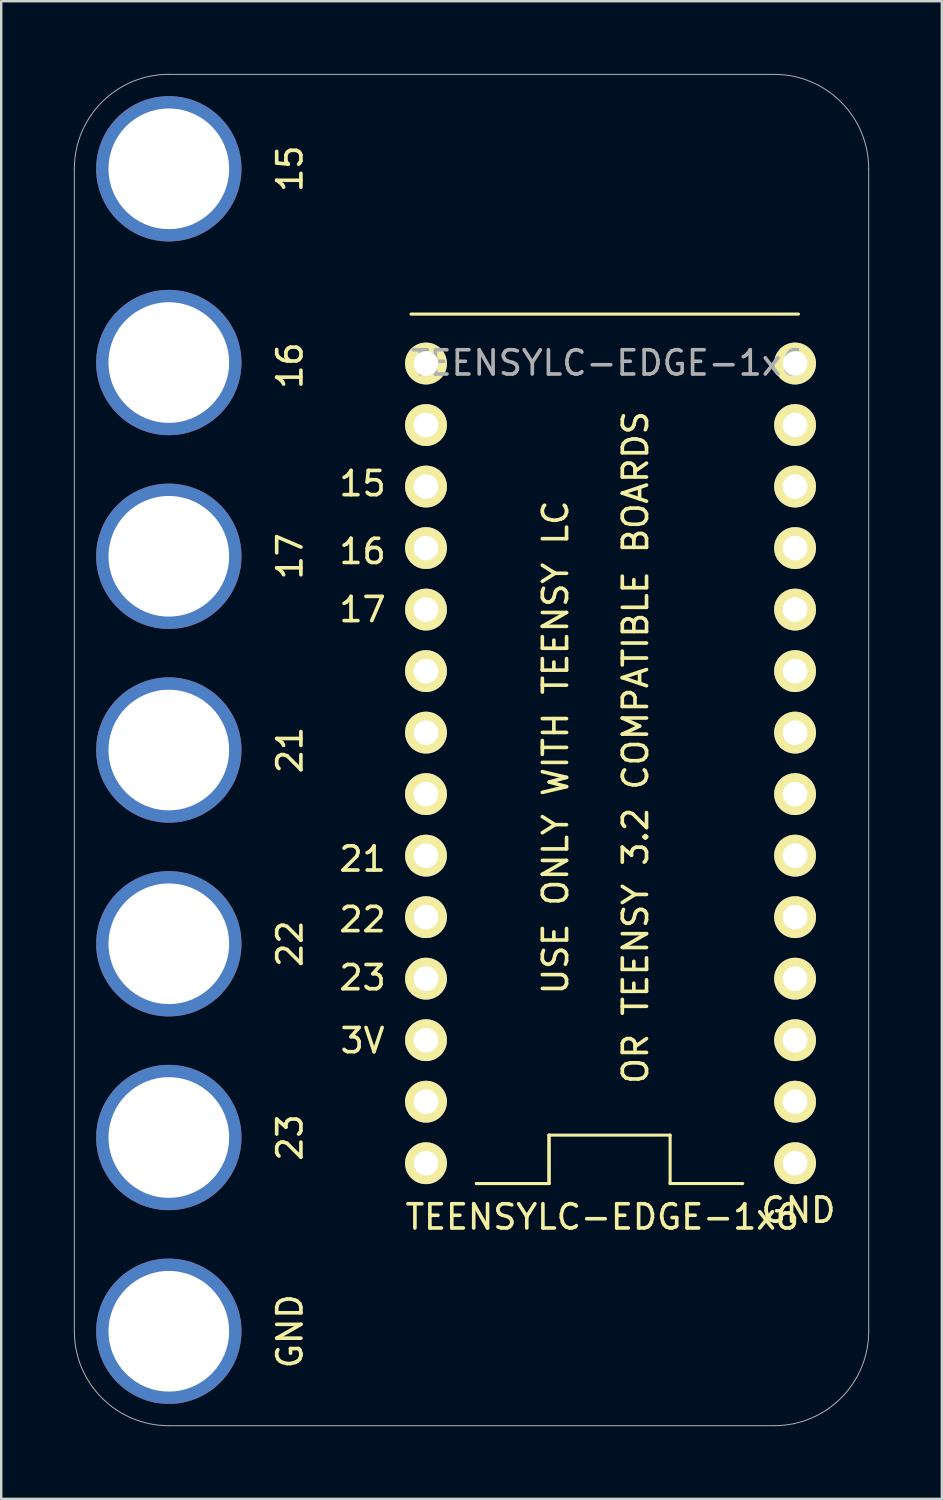
<source format=kicad_pcb>
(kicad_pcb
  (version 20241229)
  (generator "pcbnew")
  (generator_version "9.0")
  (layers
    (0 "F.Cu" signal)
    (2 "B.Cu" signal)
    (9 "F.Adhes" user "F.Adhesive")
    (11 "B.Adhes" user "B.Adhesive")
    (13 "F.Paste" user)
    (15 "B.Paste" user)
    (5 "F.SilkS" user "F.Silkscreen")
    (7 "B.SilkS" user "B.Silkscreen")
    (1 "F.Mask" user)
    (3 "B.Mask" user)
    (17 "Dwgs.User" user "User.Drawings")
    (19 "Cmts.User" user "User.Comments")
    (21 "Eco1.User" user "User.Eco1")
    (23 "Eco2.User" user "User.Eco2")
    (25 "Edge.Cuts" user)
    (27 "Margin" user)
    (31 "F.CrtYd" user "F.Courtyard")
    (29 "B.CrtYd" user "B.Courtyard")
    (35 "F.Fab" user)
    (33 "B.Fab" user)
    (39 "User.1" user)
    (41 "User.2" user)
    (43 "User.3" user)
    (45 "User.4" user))
  (footprint "TEENSYLC-EDGE-1x6"
    (layer "F.Cu")
    (at 3.92 3.92)
    (property "Reference" "TEENSYLC-EDGE-1x6" (at 17.9 43.28 0) (layer "F.SilkS") (effects (font (size 1 1) (thickness 0.15))))
    (attr through_hole)
    (fp_line (start 10 6) (end 26 6) (stroke (width 0.127) (type solid)) (layer "F.SilkS"))
    (fp_line (start 12.7 41.901) (end 15.7 41.901) (stroke (width 0.127) (type solid)) (layer "F.SilkS"))
    (fp_line (start 12.7 41.901) (end 15.7 41.901) (stroke (width 0.127) (type solid)) (layer "F.SilkS"))
    (fp_line (start 15.7 41.901) (end 15.7 39.901) (stroke (width 0.127) (type solid)) (layer "F.SilkS"))
    (fp_line (start 15.7 41.901) (end 15.7 39.901) (stroke (width 0.127) (type solid)) (layer "F.SilkS"))
    (fp_line (start 20.7 39.901) (end 15.7 39.901) (stroke (width 0.127) (type solid)) (layer "F.SilkS"))
    (fp_line (start 20.7 41.901) (end 20.7 39.901) (stroke (width 0.127) (type solid)) (layer "F.SilkS"))
    (fp_line (start 20.7 41.901) (end 23.7 41.901) (stroke (width 0.127) (type solid)) (layer "F.SilkS"))
    (fp_line (start -3.9 0) (end -3.9 48) (stroke (width 0.041) (type solid)) (layer "F.Fab"))
    (fp_line (start 0 51.9) (end 25 51.9) (stroke (width 0.041) (type solid)) (layer "F.Fab"))
    (fp_line (start 25 -3.9) (end 0 -3.9) (stroke (width 0.041) (type solid)) (layer "F.Fab"))
    (fp_line (start 28.9 48) (end 28.9 0) (stroke (width 0.041) (type solid)) (layer "F.Fab"))
    (fp_arc (start -3.9 0) (mid -2.757716 -2.757716) (end 0 -3.9) (stroke (width 0.04064) (type solid)) (layer "F.Fab"))
    (fp_arc (start 0 51.9) (mid -2.755309 50.760122) (end -3.899994 48.006807) (stroke (width 0.04064) (type solid)) (layer "F.Fab"))
    (fp_arc (start 25 -3.9) (mid 27.755309 -2.760122) (end 28.899994 -0.006807) (stroke (width 0.04064) (type solid)) (layer "F.Fab"))
    (fp_arc (start 28.9 48) (mid 27.757716 50.757716) (end 25 51.9) (stroke (width 0.04064) (type solid)) (layer "F.Fab"))
    (fp_text user "21" (at 5 24 90) (layer "F.SilkS") (effects (font (size 1 1) (thickness 0.15))))
    (fp_text user "22" (at 5 31.999 90) (layer "F.SilkS") (effects (font (size 1 1) (thickness 0.15))))
    (fp_text user "17" (at 5 16 90) (layer "F.SilkS") (effects (font (size 1 1) (thickness 0.15))))
    (fp_text user "OR TEENSY 3.2 COMPATIBLE BOARDS" (at 19.271 23.892 90) (layer "F.SilkS") (effects (font (size 1 1) (thickness 0.15))))
    (fp_text user "15" (at 5 -0.002 90) (layer "F.SilkS") (effects (font (size 1 1) (thickness 0.15))))
    (fp_text user "GND" (at 5 48 90) (layer "F.SilkS") (effects (font (size 1 1) (thickness 0.15))))
    (fp_text user "23" (at 5 40 90) (layer "F.SilkS") (effects (font (size 1 1) (thickness 0.15))))
    (fp_text user "15" (at 8 13 0) (layer "F.SilkS") (effects (font (size 1 1) (thickness 0.15))))
    (fp_text user "17" (at 8 18.201 0) (layer "F.SilkS") (effects (font (size 1 1) (thickness 0.15))))
    (fp_text user "3V" (at 8 36.001 0) (layer "F.SilkS") (effects (font (size 1 1) (thickness 0.15))))
    (fp_text user "16" (at 8 15.801 0) (layer "F.SilkS") (effects (font (size 1 1) (thickness 0.15))))
    (fp_text user "16" (at 5 8.126 90) (layer "F.SilkS") (effects (font (size 1 1) (thickness 0.15))))
    (fp_text user "23" (at 8 33.401 0) (layer "F.SilkS") (effects (font (size 1 1) (thickness 0.15))))
    (fp_text user "GND" (at 26 43 0) (layer "F.SilkS") (effects (font (size 1 1) (thickness 0.15))))
    (fp_text user "USE ONLY WITH TEENSY LC" (at 15.969 23.892 90) (layer "F.SilkS") (effects (font (size 1 1) (thickness 0.15))))
    (fp_text user "21" (at 8 28.5 0) (layer "F.SilkS") (effects (font (size 1 1) (thickness 0.15))))
    (fp_text user "22" (at 8 31.001 0) (layer "F.SilkS") (effects (font (size 1 1) (thickness 0.15))))
    (fp_text user "${REFERENCE}" (at 18.128 8.017 0) (layer "F.Fab") (effects (font (size 1 1) (thickness 0.15))))
    (pad "0" thru_hole circle (at 25.86 38.521 180) (size 1.727 1.727) (drill 1.016) (layers "*.Cu" "*.Mask" "F.SilkS"))
    (pad "1" thru_hole circle (at 25.86 35.981 180) (size 1.727 1.727) (drill 1.016) (layers "*.Cu" "*.Mask" "F.SilkS"))
    (pad "2" thru_hole circle (at 25.86 33.441 180) (size 1.727 1.727) (drill 1.016) (layers "*.Cu" "*.Mask" "F.SilkS"))
    (pad "3" thru_hole circle (at 25.86 30.901 180) (size 1.727 1.727) (drill 1.016) (layers "*.Cu" "*.Mask" "F.SilkS"))
    (pad "3.3V" thru_hole circle (at 10.62 35.981 180) (size 1.727 1.727) (drill 1.016) (layers "*.Cu" "*.Mask" "F.SilkS"))
    (pad "4" thru_hole circle (at 25.86 28.361 180) (size 1.727 1.727) (drill 1.016) (layers "*.Cu" "*.Mask" "F.SilkS"))
    (pad "5" thru_hole circle (at 25.86 25.821 180) (size 1.727 1.727) (drill 1.016) (layers "*.Cu" "*.Mask" "F.SilkS"))
    (pad "6" thru_hole circle (at 25.86 23.281 180) (size 1.727 1.727) (drill 1.016) (layers "*.Cu" "*.Mask" "F.SilkS"))
    (pad "7" thru_hole circle (at 25.86 20.741 180) (size 1.727 1.727) (drill 1.016) (layers "*.Cu" "*.Mask" "F.SilkS"))
    (pad "8" thru_hole circle (at 25.86 18.201 180) (size 1.727 1.727) (drill 1.016) (layers "*.Cu" "*.Mask" "F.SilkS"))
    (pad "9" thru_hole circle (at 25.86 15.661 180) (size 1.727 1.727) (drill 1.016) (layers "*.Cu" "*.Mask" "F.SilkS"))
    (pad "10" thru_hole circle (at 25.86 13.121 180) (size 1.727 1.727) (drill 1.016) (layers "*.Cu" "*.Mask" "F.SilkS"))
    (pad "11" thru_hole circle (at 25.86 10.581 180) (size 1.727 1.727) (drill 1.016) (layers "*.Cu" "*.Mask" "F.SilkS"))
    (pad "12" thru_hole circle (at 25.86 8.041 180) (size 1.727 1.727) (drill 1.016) (layers "*.Cu" "*.Mask" "F.SilkS"))
    (pad "13" thru_hole circle (at 10.62 8.041 180) (size 1.727 1.727) (drill 1.016) (layers "*.Cu" "*.Mask" "F.SilkS"))
    (pad "14" thru_hole circle (at 10.62 10.581 180) (size 1.727 1.727) (drill 1.016) (layers "*.Cu" "*.Mask" "F.SilkS"))
    (pad "15" thru_hole circle (at 0.001 0 90) (size 6 6) (drill 4.98) (layers "*.Cu" "*.Mask"))
    (pad "15" thru_hole circle (at 10.62 13.121 180) (size 1.727 1.727) (drill 1.016) (layers "*.Cu" "*.Mask" "F.SilkS"))
    (pad "16" thru_hole circle (at 0 8 90) (size 6 6) (drill 4.98) (layers "*.Cu" "*.Mask"))
    (pad "16" thru_hole circle (at 10.62 15.661 180) (size 1.727 1.727) (drill 1.016) (layers "*.Cu" "*.Mask" "F.SilkS"))
    (pad "17" thru_hole circle (at 0.001 16 90) (size 6 6) (drill 4.98) (layers "*.Cu" "*.Mask"))
    (pad "17" thru_hole circle (at 10.62 18.201 180) (size 1.727 1.727) (drill 1.016) (layers "*.Cu" "*.Mask" "F.SilkS"))
    (pad "18" thru_hole circle (at 10.62 20.741 180) (size 1.727 1.727) (drill 1.016) (layers "*.Cu" "*.Mask" "F.SilkS"))
    (pad "19" thru_hole circle (at 10.62 23.281 180) (size 1.727 1.727) (drill 1.016) (layers "*.Cu" "*.Mask" "F.SilkS"))
    (pad "20" thru_hole circle (at 10.62 25.821 180) (size 1.727 1.727) (drill 1.016) (layers "*.Cu" "*.Mask" "F.SilkS"))
    (pad "21" thru_hole circle (at 0.001 24 90) (size 6 6) (drill 4.98) (layers "*.Cu" "*.Mask"))
    (pad "21" thru_hole circle (at 10.62 28.361 180) (size 1.727 1.727) (drill 1.016) (layers "*.Cu" "*.Mask" "F.SilkS"))
    (pad "22" thru_hole circle (at 0.001 32 90) (size 6 6) (drill 4.98) (layers "*.Cu" "*.Mask"))
    (pad "22" thru_hole circle (at 10.62 30.901 180) (size 1.727 1.727) (drill 1.016) (layers "*.Cu" "*.Mask" "F.SilkS"))
    (pad "23" thru_hole circle (at 0.001 40 90) (size 6 6) (drill 4.98) (layers "*.Cu" "*.Mask"))
    (pad "23" thru_hole circle (at 10.62 33.441 180) (size 1.727 1.727) (drill 1.016) (layers "*.Cu" "*.Mask" "F.SilkS"))
    (pad "G3" thru_hole circle (at 10.62 38.521 180) (size 1.727 1.727) (drill 1.016) (layers "*.Cu" "*.Mask" "F.SilkS"))
    (pad "GND" thru_hole circle (at 0.001 48 90) (size 6 6) (drill 4.98) (layers "*.Cu" "*.Mask"))
    (pad "GND" thru_hole circle (at 25.86 41.061 180) (size 1.727 1.727) (drill 1.016) (layers "*.Cu" "*.Mask" "F.SilkS"))
    (pad "VIN" thru_hole circle (at 10.62 41.061 180) (size 1.727 1.727) (drill 1.016) (layers "*.Cu" "*.Mask" "F.SilkS")))
  (gr_rect
    (start -3 -3)
    (end 35.841 58.841)
    (stroke (width 0.1) (type default))
    (fill no)
    (layer "Edge.Cuts")))
</source>
